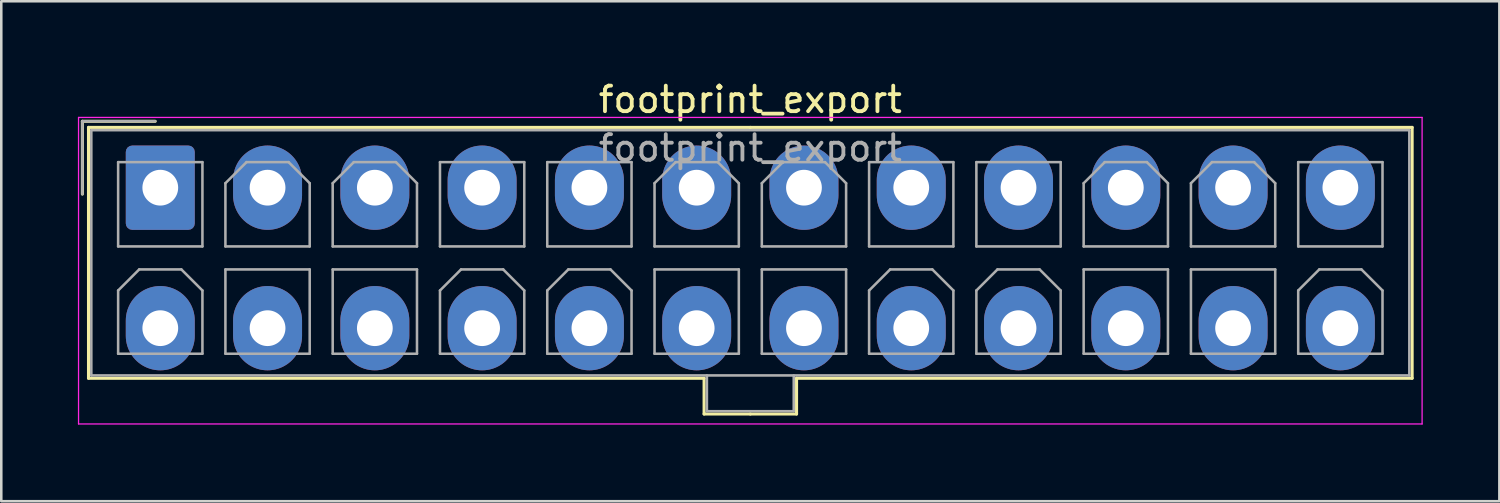
<source format=kicad_pcb>
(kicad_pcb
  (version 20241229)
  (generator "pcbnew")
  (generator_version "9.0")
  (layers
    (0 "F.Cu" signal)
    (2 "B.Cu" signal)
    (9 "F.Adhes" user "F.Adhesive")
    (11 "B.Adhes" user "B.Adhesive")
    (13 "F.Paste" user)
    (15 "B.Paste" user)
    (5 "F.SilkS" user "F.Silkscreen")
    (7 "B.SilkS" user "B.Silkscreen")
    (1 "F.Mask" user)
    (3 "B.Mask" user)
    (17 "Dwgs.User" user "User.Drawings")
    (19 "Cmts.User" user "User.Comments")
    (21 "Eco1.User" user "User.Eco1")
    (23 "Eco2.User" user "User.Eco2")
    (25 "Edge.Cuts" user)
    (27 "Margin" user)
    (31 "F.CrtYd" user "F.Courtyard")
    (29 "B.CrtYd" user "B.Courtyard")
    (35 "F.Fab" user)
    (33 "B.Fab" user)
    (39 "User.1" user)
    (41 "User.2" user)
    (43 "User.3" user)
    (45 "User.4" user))
  (footprint "footprint_export"
    (layer "F.Cu")
    (at 3.225 4.298)
    (property "Reference" "footprint_export" (at 23.1 -3.45 0) (layer "F.SilkS") (effects (font (size 1 1) (thickness 0.15))))
    (attr through_hole)
    (fp_line (start -3.05 -2.6) (end -3.05 0.25) (stroke (width 0.12) (type solid)) (layer "F.SilkS"))
    (fp_line (start -2.81 -2.36) (end -2.81 7.46) (stroke (width 0.12) (type solid)) (layer "F.SilkS"))
    (fp_line (start -2.81 7.46) (end 21.29 7.46) (stroke (width 0.12) (type solid)) (layer "F.SilkS"))
    (fp_line (start -0.2 -2.6) (end -3.05 -2.6) (stroke (width 0.12) (type solid)) (layer "F.SilkS"))
    (fp_line (start 21.29 7.46) (end 21.29 8.86) (stroke (width 0.12) (type solid)) (layer "F.SilkS"))
    (fp_line (start 21.29 8.86) (end 23.1 8.86) (stroke (width 0.12) (type solid)) (layer "F.SilkS"))
    (fp_line (start 23.1 -2.36) (end -2.81 -2.36) (stroke (width 0.12) (type solid)) (layer "F.SilkS"))
    (fp_line (start 23.1 -2.36) (end 49.01 -2.36) (stroke (width 0.12) (type solid)) (layer "F.SilkS"))
    (fp_line (start 24.91 7.46) (end 24.91 8.86) (stroke (width 0.12) (type solid)) (layer "F.SilkS"))
    (fp_line (start 24.91 8.86) (end 23.1 8.86) (stroke (width 0.12) (type solid)) (layer "F.SilkS"))
    (fp_line (start 49.01 -2.36) (end 49.01 7.46) (stroke (width 0.12) (type solid)) (layer "F.SilkS"))
    (fp_line (start 49.01 7.46) (end 24.91 7.46) (stroke (width 0.12) (type solid)) (layer "F.SilkS"))
    (fp_line (start -3.2 -2.75) (end -3.2 9.25) (stroke (width 0.05) (type solid)) (layer "F.CrtYd"))
    (fp_line (start -3.2 9.25) (end 49.4 9.25) (stroke (width 0.05) (type solid)) (layer "F.CrtYd"))
    (fp_line (start 49.4 -2.75) (end -3.2 -2.75) (stroke (width 0.05) (type solid)) (layer "F.CrtYd"))
    (fp_line (start 49.4 9.25) (end 49.4 -2.75) (stroke (width 0.05) (type solid)) (layer "F.CrtYd"))
    (fp_line (start -3.05 -2.6) (end -3.05 0.25) (stroke (width 0.1) (type solid)) (layer "F.Fab"))
    (fp_line (start -2.7 -2.25) (end -2.7 7.35) (stroke (width 0.1) (type solid)) (layer "F.Fab"))
    (fp_line (start -2.7 7.35) (end 48.9 7.35) (stroke (width 0.1) (type solid)) (layer "F.Fab"))
    (fp_line (start -1.65 -1) (end -1.65 2.3) (stroke (width 0.1) (type solid)) (layer "F.Fab"))
    (fp_line (start -1.65 2.3) (end 1.65 2.3) (stroke (width 0.1) (type solid)) (layer "F.Fab"))
    (fp_line (start -1.65 4.025) (end -0.825 3.2) (stroke (width 0.1) (type solid)) (layer "F.Fab"))
    (fp_line (start -1.65 6.5) (end -1.65 4.025) (stroke (width 0.1) (type solid)) (layer "F.Fab"))
    (fp_line (start -0.825 3.2) (end 0.825 3.2) (stroke (width 0.1) (type solid)) (layer "F.Fab"))
    (fp_line (start -0.2 -2.6) (end -3.05 -2.6) (stroke (width 0.1) (type solid)) (layer "F.Fab"))
    (fp_line (start 0.825 3.2) (end 1.65 4.025) (stroke (width 0.1) (type solid)) (layer "F.Fab"))
    (fp_line (start 1.65 -1) (end -1.65 -1) (stroke (width 0.1) (type solid)) (layer "F.Fab"))
    (fp_line (start 1.65 2.3) (end 1.65 -1) (stroke (width 0.1) (type solid)) (layer "F.Fab"))
    (fp_line (start 1.65 4.025) (end 1.65 6.5) (stroke (width 0.1) (type solid)) (layer "F.Fab"))
    (fp_line (start 1.65 6.5) (end -1.65 6.5) (stroke (width 0.1) (type solid)) (layer "F.Fab"))
    (fp_line (start 2.55 -0.175) (end 3.375 -1) (stroke (width 0.1) (type solid)) (layer "F.Fab"))
    (fp_line (start 2.55 2.3) (end 2.55 -0.175) (stroke (width 0.1) (type solid)) (layer "F.Fab"))
    (fp_line (start 2.55 3.2) (end 2.55 6.5) (stroke (width 0.1) (type solid)) (layer "F.Fab"))
    (fp_line (start 2.55 6.5) (end 5.85 6.5) (stroke (width 0.1) (type solid)) (layer "F.Fab"))
    (fp_line (start 3.375 -1) (end 5.025 -1) (stroke (width 0.1) (type solid)) (layer "F.Fab"))
    (fp_line (start 5.025 -1) (end 5.85 -0.175) (stroke (width 0.1) (type solid)) (layer "F.Fab"))
    (fp_line (start 5.85 -0.175) (end 5.85 2.3) (stroke (width 0.1) (type solid)) (layer "F.Fab"))
    (fp_line (start 5.85 2.3) (end 2.55 2.3) (stroke (width 0.1) (type solid)) (layer "F.Fab"))
    (fp_line (start 5.85 3.2) (end 2.55 3.2) (stroke (width 0.1) (type solid)) (layer "F.Fab"))
    (fp_line (start 5.85 6.5) (end 5.85 3.2) (stroke (width 0.1) (type solid)) (layer "F.Fab"))
    (fp_line (start 6.75 -0.175) (end 7.575 -1) (stroke (width 0.1) (type solid)) (layer "F.Fab"))
    (fp_line (start 6.75 2.3) (end 6.75 -0.175) (stroke (width 0.1) (type solid)) (layer "F.Fab"))
    (fp_line (start 6.75 3.2) (end 6.75 6.5) (stroke (width 0.1) (type solid)) (layer "F.Fab"))
    (fp_line (start 6.75 6.5) (end 10.05 6.5) (stroke (width 0.1) (type solid)) (layer "F.Fab"))
    (fp_line (start 7.575 -1) (end 9.225 -1) (stroke (width 0.1) (type solid)) (layer "F.Fab"))
    (fp_line (start 9.225 -1) (end 10.05 -0.175) (stroke (width 0.1) (type solid)) (layer "F.Fab"))
    (fp_line (start 10.05 -0.175) (end 10.05 2.3) (stroke (width 0.1) (type solid)) (layer "F.Fab"))
    (fp_line (start 10.05 2.3) (end 6.75 2.3) (stroke (width 0.1) (type solid)) (layer "F.Fab"))
    (fp_line (start 10.05 3.2) (end 6.75 3.2) (stroke (width 0.1) (type solid)) (layer "F.Fab"))
    (fp_line (start 10.05 6.5) (end 10.05 3.2) (stroke (width 0.1) (type solid)) (layer "F.Fab"))
    (fp_line (start 10.95 -1) (end 10.95 2.3) (stroke (width 0.1) (type solid)) (layer "F.Fab"))
    (fp_line (start 10.95 2.3) (end 14.25 2.3) (stroke (width 0.1) (type solid)) (layer "F.Fab"))
    (fp_line (start 10.95 4.025) (end 11.775 3.2) (stroke (width 0.1) (type solid)) (layer "F.Fab"))
    (fp_line (start 10.95 6.5) (end 10.95 4.025) (stroke (width 0.1) (type solid)) (layer "F.Fab"))
    (fp_line (start 11.775 3.2) (end 13.425 3.2) (stroke (width 0.1) (type solid)) (layer "F.Fab"))
    (fp_line (start 13.425 3.2) (end 14.25 4.025) (stroke (width 0.1) (type solid)) (layer "F.Fab"))
    (fp_line (start 14.25 -1) (end 10.95 -1) (stroke (width 0.1) (type solid)) (layer "F.Fab"))
    (fp_line (start 14.25 2.3) (end 14.25 -1) (stroke (width 0.1) (type solid)) (layer "F.Fab"))
    (fp_line (start 14.25 4.025) (end 14.25 6.5) (stroke (width 0.1) (type solid)) (layer "F.Fab"))
    (fp_line (start 14.25 6.5) (end 10.95 6.5) (stroke (width 0.1) (type solid)) (layer "F.Fab"))
    (fp_line (start 15.15 -1) (end 15.15 2.3) (stroke (width 0.1) (type solid)) (layer "F.Fab"))
    (fp_line (start 15.15 2.3) (end 18.45 2.3) (stroke (width 0.1) (type solid)) (layer "F.Fab"))
    (fp_line (start 15.15 4.025) (end 15.975 3.2) (stroke (width 0.1) (type solid)) (layer "F.Fab"))
    (fp_line (start 15.15 6.5) (end 15.15 4.025) (stroke (width 0.1) (type solid)) (layer "F.Fab"))
    (fp_line (start 15.975 3.2) (end 17.625 3.2) (stroke (width 0.1) (type solid)) (layer "F.Fab"))
    (fp_line (start 17.625 3.2) (end 18.45 4.025) (stroke (width 0.1) (type solid)) (layer "F.Fab"))
    (fp_line (start 18.45 -1) (end 15.15 -1) (stroke (width 0.1) (type solid)) (layer "F.Fab"))
    (fp_line (start 18.45 2.3) (end 18.45 -1) (stroke (width 0.1) (type solid)) (layer "F.Fab"))
    (fp_line (start 18.45 4.025) (end 18.45 6.5) (stroke (width 0.1) (type solid)) (layer "F.Fab"))
    (fp_line (start 18.45 6.5) (end 15.15 6.5) (stroke (width 0.1) (type solid)) (layer "F.Fab"))
    (fp_line (start 19.35 -0.175) (end 20.175 -1) (stroke (width 0.1) (type solid)) (layer "F.Fab"))
    (fp_line (start 19.35 2.3) (end 19.35 -0.175) (stroke (width 0.1) (type solid)) (layer "F.Fab"))
    (fp_line (start 19.35 3.2) (end 19.35 6.5) (stroke (width 0.1) (type solid)) (layer "F.Fab"))
    (fp_line (start 19.35 6.5) (end 22.65 6.5) (stroke (width 0.1) (type solid)) (layer "F.Fab"))
    (fp_line (start 20.175 -1) (end 21.825 -1) (stroke (width 0.1) (type solid)) (layer "F.Fab"))
    (fp_line (start 21.4 7.35) (end 21.4 8.75) (stroke (width 0.1) (type solid)) (layer "F.Fab"))
    (fp_line (start 21.4 8.75) (end 24.8 8.75) (stroke (width 0.1) (type solid)) (layer "F.Fab"))
    (fp_line (start 21.825 -1) (end 22.65 -0.175) (stroke (width 0.1) (type solid)) (layer "F.Fab"))
    (fp_line (start 22.65 -0.175) (end 22.65 2.3) (stroke (width 0.1) (type solid)) (layer "F.Fab"))
    (fp_line (start 22.65 2.3) (end 19.35 2.3) (stroke (width 0.1) (type solid)) (layer "F.Fab"))
    (fp_line (start 22.65 3.2) (end 19.35 3.2) (stroke (width 0.1) (type solid)) (layer "F.Fab"))
    (fp_line (start 22.65 6.5) (end 22.65 3.2) (stroke (width 0.1) (type solid)) (layer "F.Fab"))
    (fp_line (start 23.55 -0.175) (end 24.375 -1) (stroke (width 0.1) (type solid)) (layer "F.Fab"))
    (fp_line (start 23.55 2.3) (end 23.55 -0.175) (stroke (width 0.1) (type solid)) (layer "F.Fab"))
    (fp_line (start 23.55 3.2) (end 23.55 6.5) (stroke (width 0.1) (type solid)) (layer "F.Fab"))
    (fp_line (start 23.55 6.5) (end 26.85 6.5) (stroke (width 0.1) (type solid)) (layer "F.Fab"))
    (fp_line (start 24.375 -1) (end 26.025 -1) (stroke (width 0.1) (type solid)) (layer "F.Fab"))
    (fp_line (start 24.8 8.75) (end 24.8 7.35) (stroke (width 0.1) (type solid)) (layer "F.Fab"))
    (fp_line (start 26.025 -1) (end 26.85 -0.175) (stroke (width 0.1) (type solid)) (layer "F.Fab"))
    (fp_line (start 26.85 -0.175) (end 26.85 2.3) (stroke (width 0.1) (type solid)) (layer "F.Fab"))
    (fp_line (start 26.85 2.3) (end 23.55 2.3) (stroke (width 0.1) (type solid)) (layer "F.Fab"))
    (fp_line (start 26.85 3.2) (end 23.55 3.2) (stroke (width 0.1) (type solid)) (layer "F.Fab"))
    (fp_line (start 26.85 6.5) (end 26.85 3.2) (stroke (width 0.1) (type solid)) (layer "F.Fab"))
    (fp_line (start 27.75 -1) (end 27.75 2.3) (stroke (width 0.1) (type solid)) (layer "F.Fab"))
    (fp_line (start 27.75 2.3) (end 31.05 2.3) (stroke (width 0.1) (type solid)) (layer "F.Fab"))
    (fp_line (start 27.75 4.025) (end 28.575 3.2) (stroke (width 0.1) (type solid)) (layer "F.Fab"))
    (fp_line (start 27.75 6.5) (end 27.75 4.025) (stroke (width 0.1) (type solid)) (layer "F.Fab"))
    (fp_line (start 28.575 3.2) (end 30.225 3.2) (stroke (width 0.1) (type solid)) (layer "F.Fab"))
    (fp_line (start 30.225 3.2) (end 31.05 4.025) (stroke (width 0.1) (type solid)) (layer "F.Fab"))
    (fp_line (start 31.05 -1) (end 27.75 -1) (stroke (width 0.1) (type solid)) (layer "F.Fab"))
    (fp_line (start 31.05 2.3) (end 31.05 -1) (stroke (width 0.1) (type solid)) (layer "F.Fab"))
    (fp_line (start 31.05 4.025) (end 31.05 6.5) (stroke (width 0.1) (type solid)) (layer "F.Fab"))
    (fp_line (start 31.05 6.5) (end 27.75 6.5) (stroke (width 0.1) (type solid)) (layer "F.Fab"))
    (fp_line (start 31.95 -1) (end 31.95 2.3) (stroke (width 0.1) (type solid)) (layer "F.Fab"))
    (fp_line (start 31.95 2.3) (end 35.25 2.3) (stroke (width 0.1) (type solid)) (layer "F.Fab"))
    (fp_line (start 31.95 4.025) (end 32.775 3.2) (stroke (width 0.1) (type solid)) (layer "F.Fab"))
    (fp_line (start 31.95 6.5) (end 31.95 4.025) (stroke (width 0.1) (type solid)) (layer "F.Fab"))
    (fp_line (start 32.775 3.2) (end 34.425 3.2) (stroke (width 0.1) (type solid)) (layer "F.Fab"))
    (fp_line (start 34.425 3.2) (end 35.25 4.025) (stroke (width 0.1) (type solid)) (layer "F.Fab"))
    (fp_line (start 35.25 -1) (end 31.95 -1) (stroke (width 0.1) (type solid)) (layer "F.Fab"))
    (fp_line (start 35.25 2.3) (end 35.25 -1) (stroke (width 0.1) (type solid)) (layer "F.Fab"))
    (fp_line (start 35.25 4.025) (end 35.25 6.5) (stroke (width 0.1) (type solid)) (layer "F.Fab"))
    (fp_line (start 35.25 6.5) (end 31.95 6.5) (stroke (width 0.1) (type solid)) (layer "F.Fab"))
    (fp_line (start 36.15 -0.175) (end 36.975 -1) (stroke (width 0.1) (type solid)) (layer "F.Fab"))
    (fp_line (start 36.15 2.3) (end 36.15 -0.175) (stroke (width 0.1) (type solid)) (layer "F.Fab"))
    (fp_line (start 36.15 3.2) (end 36.15 6.5) (stroke (width 0.1) (type solid)) (layer "F.Fab"))
    (fp_line (start 36.15 6.5) (end 39.45 6.5) (stroke (width 0.1) (type solid)) (layer "F.Fab"))
    (fp_line (start 36.975 -1) (end 38.625 -1) (stroke (width 0.1) (type solid)) (layer "F.Fab"))
    (fp_line (start 38.625 -1) (end 39.45 -0.175) (stroke (width 0.1) (type solid)) (layer "F.Fab"))
    (fp_line (start 39.45 -0.175) (end 39.45 2.3) (stroke (width 0.1) (type solid)) (layer "F.Fab"))
    (fp_line (start 39.45 2.3) (end 36.15 2.3) (stroke (width 0.1) (type solid)) (layer "F.Fab"))
    (fp_line (start 39.45 3.2) (end 36.15 3.2) (stroke (width 0.1) (type solid)) (layer "F.Fab"))
    (fp_line (start 39.45 6.5) (end 39.45 3.2) (stroke (width 0.1) (type solid)) (layer "F.Fab"))
    (fp_line (start 40.35 -0.175) (end 41.175 -1) (stroke (width 0.1) (type solid)) (layer "F.Fab"))
    (fp_line (start 40.35 2.3) (end 40.35 -0.175) (stroke (width 0.1) (type solid)) (layer "F.Fab"))
    (fp_line (start 40.35 3.2) (end 40.35 6.5) (stroke (width 0.1) (type solid)) (layer "F.Fab"))
    (fp_line (start 40.35 6.5) (end 43.65 6.5) (stroke (width 0.1) (type solid)) (layer "F.Fab"))
    (fp_line (start 41.175 -1) (end 42.825 -1) (stroke (width 0.1) (type solid)) (layer "F.Fab"))
    (fp_line (start 42.825 -1) (end 43.65 -0.175) (stroke (width 0.1) (type solid)) (layer "F.Fab"))
    (fp_line (start 43.65 -0.175) (end 43.65 2.3) (stroke (width 0.1) (type solid)) (layer "F.Fab"))
    (fp_line (start 43.65 2.3) (end 40.35 2.3) (stroke (width 0.1) (type solid)) (layer "F.Fab"))
    (fp_line (start 43.65 3.2) (end 40.35 3.2) (stroke (width 0.1) (type solid)) (layer "F.Fab"))
    (fp_line (start 43.65 6.5) (end 43.65 3.2) (stroke (width 0.1) (type solid)) (layer "F.Fab"))
    (fp_line (start 44.55 -1) (end 44.55 2.3) (stroke (width 0.1) (type solid)) (layer "F.Fab"))
    (fp_line (start 44.55 2.3) (end 47.85 2.3) (stroke (width 0.1) (type solid)) (layer "F.Fab"))
    (fp_line (start 44.55 4.025) (end 45.375 3.2) (stroke (width 0.1) (type solid)) (layer "F.Fab"))
    (fp_line (start 44.55 6.5) (end 44.55 4.025) (stroke (width 0.1) (type solid)) (layer "F.Fab"))
    (fp_line (start 45.375 3.2) (end 47.025 3.2) (stroke (width 0.1) (type solid)) (layer "F.Fab"))
    (fp_line (start 47.025 3.2) (end 47.85 4.025) (stroke (width 0.1) (type solid)) (layer "F.Fab"))
    (fp_line (start 47.85 -1) (end 44.55 -1) (stroke (width 0.1) (type solid)) (layer "F.Fab"))
    (fp_line (start 47.85 2.3) (end 47.85 -1) (stroke (width 0.1) (type solid)) (layer "F.Fab"))
    (fp_line (start 47.85 4.025) (end 47.85 6.5) (stroke (width 0.1) (type solid)) (layer "F.Fab"))
    (fp_line (start 47.85 6.5) (end 44.55 6.5) (stroke (width 0.1) (type solid)) (layer "F.Fab"))
    (fp_line (start 48.9 -2.25) (end -2.7 -2.25) (stroke (width 0.1) (type solid)) (layer "F.Fab"))
    (fp_line (start 48.9 7.35) (end 48.9 -2.25) (stroke (width 0.1) (type solid)) (layer "F.Fab"))
    (fp_text user "${REFERENCE}" (at 23.1 -1.55 0) (layer "F.Fab") (effects (font (size 1 1) (thickness 0.15))))
    (pad "1" thru_hole roundrect (at 0 0) (size 2.7 3.3) (drill 1.4) (layers "*.Cu" "*.Mask") (roundrect_rratio 0.093))
    (pad "2" thru_hole oval (at 4.2 0) (size 2.7 3.3) (drill 1.4) (layers "*.Cu" "*.Mask"))
    (pad "3" thru_hole oval (at 8.4 0) (size 2.7 3.3) (drill 1.4) (layers "*.Cu" "*.Mask"))
    (pad "4" thru_hole oval (at 12.6 0) (size 2.7 3.3) (drill 1.4) (layers "*.Cu" "*.Mask"))
    (pad "5" thru_hole oval (at 16.8 0) (size 2.7 3.3) (drill 1.4) (layers "*.Cu" "*.Mask"))
    (pad "6" thru_hole oval (at 21 0) (size 2.7 3.3) (drill 1.4) (layers "*.Cu" "*.Mask"))
    (pad "7" thru_hole oval (at 25.2 0) (size 2.7 3.3) (drill 1.4) (layers "*.Cu" "*.Mask"))
    (pad "8" thru_hole oval (at 29.4 0) (size 2.7 3.3) (drill 1.4) (layers "*.Cu" "*.Mask"))
    (pad "9" thru_hole oval (at 33.6 0) (size 2.7 3.3) (drill 1.4) (layers "*.Cu" "*.Mask"))
    (pad "10" thru_hole oval (at 37.8 0) (size 2.7 3.3) (drill 1.4) (layers "*.Cu" "*.Mask"))
    (pad "11" thru_hole oval (at 42 0) (size 2.7 3.3) (drill 1.4) (layers "*.Cu" "*.Mask"))
    (pad "12" thru_hole oval (at 46.2 0) (size 2.7 3.3) (drill 1.4) (layers "*.Cu" "*.Mask"))
    (pad "13" thru_hole oval (at 0 5.5) (size 2.7 3.3) (drill 1.4) (layers "*.Cu" "*.Mask"))
    (pad "14" thru_hole oval (at 4.2 5.5) (size 2.7 3.3) (drill 1.4) (layers "*.Cu" "*.Mask"))
    (pad "15" thru_hole oval (at 8.4 5.5) (size 2.7 3.3) (drill 1.4) (layers "*.Cu" "*.Mask"))
    (pad "16" thru_hole oval (at 12.6 5.5) (size 2.7 3.3) (drill 1.4) (layers "*.Cu" "*.Mask"))
    (pad "17" thru_hole oval (at 16.8 5.5) (size 2.7 3.3) (drill 1.4) (layers "*.Cu" "*.Mask"))
    (pad "18" thru_hole oval (at 21 5.5) (size 2.7 3.3) (drill 1.4) (layers "*.Cu" "*.Mask"))
    (pad "19" thru_hole oval (at 25.2 5.5) (size 2.7 3.3) (drill 1.4) (layers "*.Cu" "*.Mask"))
    (pad "20" thru_hole oval (at 29.4 5.5) (size 2.7 3.3) (drill 1.4) (layers "*.Cu" "*.Mask"))
    (pad "21" thru_hole oval (at 33.6 5.5) (size 2.7 3.3) (drill 1.4) (layers "*.Cu" "*.Mask"))
    (pad "22" thru_hole oval (at 37.8 5.5) (size 2.7 3.3) (drill 1.4) (layers "*.Cu" "*.Mask"))
    (pad "23" thru_hole oval (at 42 5.5) (size 2.7 3.3) (drill 1.4) (layers "*.Cu" "*.Mask"))
    (pad "24" thru_hole oval (at 46.2 5.5) (size 2.7 3.3) (drill 1.4) (layers "*.Cu" "*.Mask")))
  (gr_rect
    (start -3 -3)
    (end 55.65 16.573)
    (stroke (width 0.1) (type default))
    (fill no)
    (layer "Edge.Cuts")))
</source>
